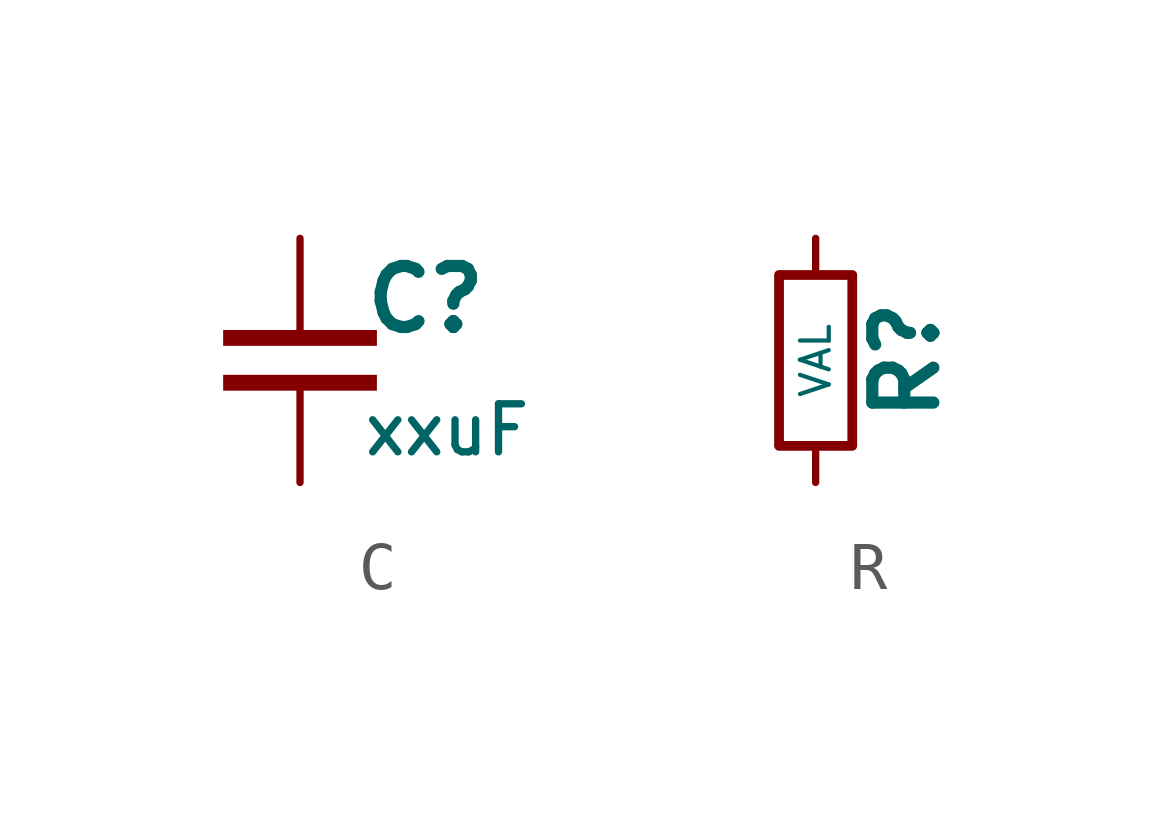
<source format=kicad_sym>
(kicad_symbol_lib
  (version 20241209)
  (generator "kicad_symbol_editor")
  (generator_version "9.0")
  (symbol "C"
    (pin_numbers
      (hide yes))
    (pin_names
      (offset 0.254)
      (hide yes))
    (property "Reference" "C"
      (at 1.27 1.27 0)
      (do_not_autoplace)
      (effects (font (size 1.27 1.27) (thickness 0.254) (bold yes)) (justify left)))
    (property "Value" "xxuF"
      (at 1.269 -1.448 0)
      (do_not_autoplace)
      (effects (font (size 1 1)) (justify left)))
    (symbol "C_1_1"
      (rectangle (start -1.6 0.633) (end 1.6 0.303) (stroke (width -0.0001) (type solid)) (fill (type outline)))
      (rectangle (start -1.6 -0.3) (end 1.6 -0.63) (stroke (width -0.0001) (type solid)) (fill (type outline)))
      (pin passive line (at 0 2.54 270) (length 2.032) (name "~" (effects (font (size 1.27 1.27)))) (number "1" (effects (font (size 1.27 1.27)))))
      (pin passive line (at 0 -2.54 90) (length 2.032) (name "~" (effects (font (size 1.27 1.27)))) (number "2" (effects (font (size 1.27 1.27)))))))
  (symbol "R"
    (pin_numbers
      (hide yes))
    (pin_names
      (offset 0.254)
      (hide yes))
    (property "Reference" "R"
      (at 1.875 0 90)
      (do_not_autoplace)
      (effects (font (size 1.27 1.27) (thickness 0.254) (bold yes))))
    (property "Value" "VAL"
      (at 0 0 90)
      (do_not_autoplace)
      (effects (font (size 0.6 0.6) (thickness 0.087))))
    (symbol "R_0_1"
      (rectangle (start -0.762 1.778) (end 0.762 -1.778) (stroke (width 0.203) (type default)) (fill (type none))))
    (symbol "R_1_1"
      (pin passive line (at 0 2.54 270) (length 0.762) (name "~" (effects (font (size 1.27 1.27)))) (number "1" (effects (font (size 1.27 1.27)))))
      (pin passive line (at 0 -2.54 90) (length 0.762) (name "~" (effects (font (size 1.27 1.27)))) (number "2" (effects (font (size 1.27 1.27))))))))
</source>
